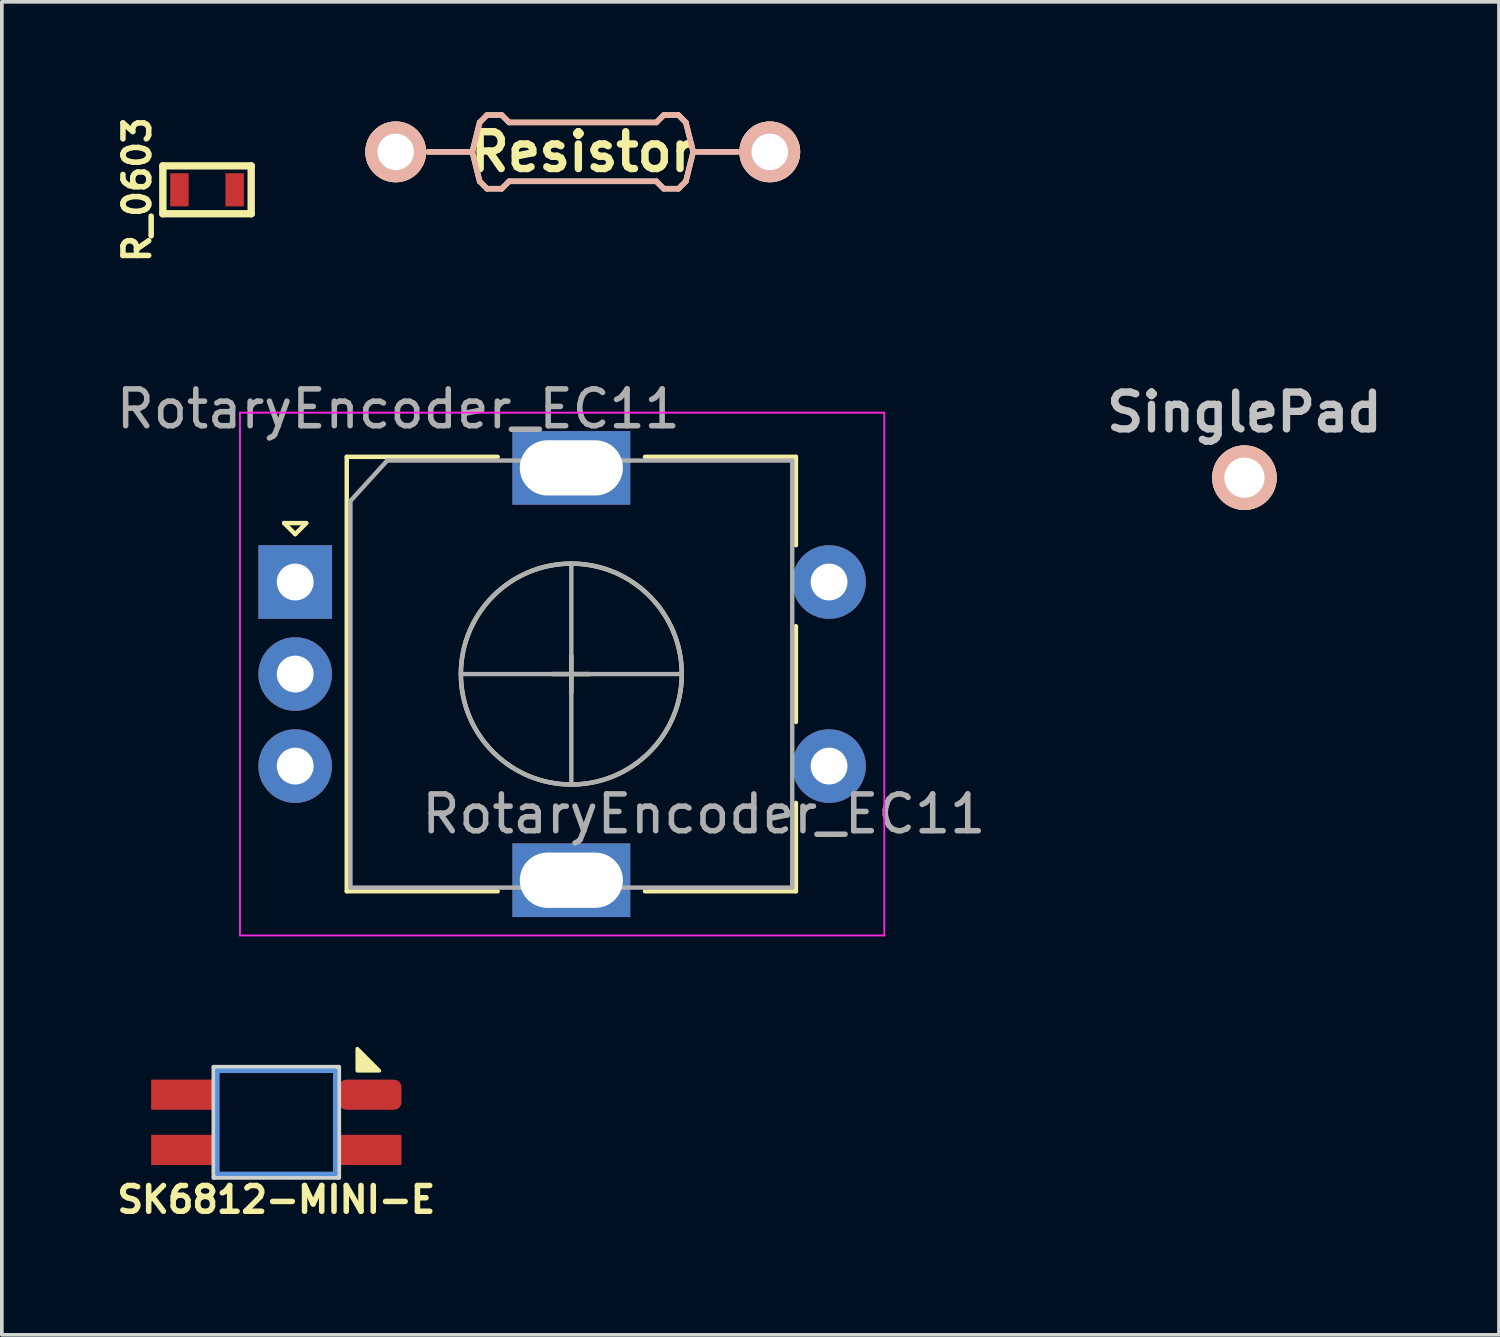
<source format=kicad_pcb>
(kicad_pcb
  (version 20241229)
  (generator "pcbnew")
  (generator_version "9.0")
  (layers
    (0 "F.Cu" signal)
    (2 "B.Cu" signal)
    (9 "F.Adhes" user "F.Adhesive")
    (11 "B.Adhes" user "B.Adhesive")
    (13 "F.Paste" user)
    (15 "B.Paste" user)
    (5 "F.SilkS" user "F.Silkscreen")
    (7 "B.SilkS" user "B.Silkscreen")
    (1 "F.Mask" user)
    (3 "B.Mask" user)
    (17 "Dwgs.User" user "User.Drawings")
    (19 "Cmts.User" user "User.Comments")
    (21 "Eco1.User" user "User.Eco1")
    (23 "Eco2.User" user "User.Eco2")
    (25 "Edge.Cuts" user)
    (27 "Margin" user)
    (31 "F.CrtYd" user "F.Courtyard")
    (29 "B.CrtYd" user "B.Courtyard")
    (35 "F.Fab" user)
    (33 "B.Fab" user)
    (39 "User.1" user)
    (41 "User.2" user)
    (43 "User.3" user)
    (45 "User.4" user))
  (footprint "R_0603"
    (layer "F.Cu")
    (at 2.573 2.105)
    (property "Reference" "R_0603" (at -1.9 0 90) (layer "F.SilkS") (effects (font (size 0.7 0.7) (thickness 0.15))))
    (attr smd)
    (fp_line (start -1.2 -0.65) (end 1.2 -0.65) (stroke (width 0.2) (type solid)) (layer "F.SilkS"))
    (fp_line (start -1.2 0.65) (end -1.2 -0.65) (stroke (width 0.2) (type solid)) (layer "F.SilkS"))
    (fp_line (start 1.2 -0.65) (end 1.2 0.65) (stroke (width 0.2) (type solid)) (layer "F.SilkS"))
    (fp_line (start 1.2 0.65) (end -1.2 0.65) (stroke (width 0.2) (type solid)) (layer "F.SilkS"))
    (pad "1" smd rect (at -0.75 0) (size 0.5 0.9) (layers "F.Cu" "F.Mask" "F.Paste"))
    (pad "2" smd rect (at 0.75 0) (size 0.5 0.9) (layers "F.Cu" "F.Mask" "F.Paste")))
  (footprint "Resistor"
    (layer "F.Cu")
    (at 12.778 1.075)
    (property "Reference" "Resistor" (at 0 0 0) (layer "F.SilkS") (effects (font (size 1 1) (thickness 0.2))))
    (attr through_hole)
    (fp_line (start -4.2 0) (end -3 0) (stroke (width 0.15) (type solid)) (layer "F.SilkS"))
    (fp_line (start -3 0) (end -2.8 -0.8) (stroke (width 0.15) (type solid)) (layer "F.SilkS"))
    (fp_line (start -2.8 -0.8) (end -2.6 -1) (stroke (width 0.15) (type solid)) (layer "F.SilkS"))
    (fp_line (start -2.8 0.8) (end -3 0) (stroke (width 0.15) (type solid)) (layer "F.SilkS"))
    (fp_line (start -2.6 -1) (end -2.2 -1) (stroke (width 0.15) (type solid)) (layer "F.SilkS"))
    (fp_line (start -2.6 1) (end -2.8 0.8) (stroke (width 0.15) (type solid)) (layer "F.SilkS"))
    (fp_line (start -2.2 -1) (end -2 -0.8) (stroke (width 0.15) (type solid)) (layer "F.SilkS"))
    (fp_line (start -2.2 1) (end -2.6 1) (stroke (width 0.15) (type solid)) (layer "F.SilkS"))
    (fp_line (start -2 -0.8) (end 2 -0.8) (stroke (width 0.15) (type solid)) (layer "F.SilkS"))
    (fp_line (start -2 0.8) (end -2.2 1) (stroke (width 0.15) (type solid)) (layer "F.SilkS"))
    (fp_line (start 2 -0.8) (end 2.2 -1) (stroke (width 0.15) (type solid)) (layer "F.SilkS"))
    (fp_line (start 2 0.8) (end -2 0.8) (stroke (width 0.15) (type solid)) (layer "F.SilkS"))
    (fp_line (start 2.2 -1) (end 2.6 -1) (stroke (width 0.15) (type solid)) (layer "F.SilkS"))
    (fp_line (start 2.2 1) (end 2 0.8) (stroke (width 0.15) (type solid)) (layer "F.SilkS"))
    (fp_line (start 2.6 -1) (end 2.8 -0.8) (stroke (width 0.15) (type solid)) (layer "F.SilkS"))
    (fp_line (start 2.6 1) (end 2.2 1) (stroke (width 0.15) (type solid)) (layer "F.SilkS"))
    (fp_line (start 2.8 -0.8) (end 3 0) (stroke (width 0.15) (type solid)) (layer "F.SilkS"))
    (fp_line (start 2.8 0.8) (end 2.6 1) (stroke (width 0.15) (type solid)) (layer "F.SilkS"))
    (fp_line (start 3 0) (end 2.8 0.8) (stroke (width 0.15) (type solid)) (layer "F.SilkS"))
    (fp_line (start 3 0) (end 4.2 0) (stroke (width 0.15) (type solid)) (layer "F.SilkS"))
    (fp_line (start -4.2 0) (end -3 0) (stroke (width 0.15) (type solid)) (layer "B.SilkS"))
    (fp_line (start -3 0) (end -2.8 -0.8) (stroke (width 0.15) (type solid)) (layer "B.SilkS"))
    (fp_line (start -2.8 -0.8) (end -2.6 -1) (stroke (width 0.15) (type solid)) (layer "B.SilkS"))
    (fp_line (start -2.8 0.8) (end -3 0) (stroke (width 0.15) (type solid)) (layer "B.SilkS"))
    (fp_line (start -2.6 -1) (end -2.2 -1) (stroke (width 0.15) (type solid)) (layer "B.SilkS"))
    (fp_line (start -2.6 1) (end -2.8 0.8) (stroke (width 0.15) (type solid)) (layer "B.SilkS"))
    (fp_line (start -2.2 -1) (end -2 -0.8) (stroke (width 0.15) (type solid)) (layer "B.SilkS"))
    (fp_line (start -2.2 1) (end -2.6 1) (stroke (width 0.15) (type solid)) (layer "B.SilkS"))
    (fp_line (start -2 -0.8) (end 2 -0.8) (stroke (width 0.15) (type solid)) (layer "B.SilkS"))
    (fp_line (start -2 0.8) (end -2.2 1) (stroke (width 0.15) (type solid)) (layer "B.SilkS"))
    (fp_line (start 2 -0.8) (end 2.2 -1) (stroke (width 0.15) (type solid)) (layer "B.SilkS"))
    (fp_line (start 2 0.8) (end -2 0.8) (stroke (width 0.15) (type solid)) (layer "B.SilkS"))
    (fp_line (start 2.2 -1) (end 2.6 -1) (stroke (width 0.15) (type solid)) (layer "B.SilkS"))
    (fp_line (start 2.2 1) (end 2 0.8) (stroke (width 0.15) (type solid)) (layer "B.SilkS"))
    (fp_line (start 2.6 -1) (end 2.8 -0.8) (stroke (width 0.15) (type solid)) (layer "B.SilkS"))
    (fp_line (start 2.6 1) (end 2.2 1) (stroke (width 0.15) (type solid)) (layer "B.SilkS"))
    (fp_line (start 2.8 -0.8) (end 3 0) (stroke (width 0.15) (type solid)) (layer "B.SilkS"))
    (fp_line (start 2.8 0.8) (end 2.6 1) (stroke (width 0.15) (type solid)) (layer "B.SilkS"))
    (fp_line (start 3 0) (end 2.8 0.8) (stroke (width 0.15) (type solid)) (layer "B.SilkS"))
    (fp_line (start 3 0) (end 4.2 0) (stroke (width 0.15) (type solid)) (layer "B.SilkS"))
    (pad "1" thru_hole circle (at -5.08 0) (size 1.651 1.651) (drill 0.991) (layers "*.Cu" "*.SilkS" "*.Mask"))
    (pad "2" thru_hole circle (at 5.08 0) (size 1.651 1.651) (drill 0.991) (layers "*.Cu" "*.SilkS" "*.Mask")))
  (footprint "SinglePad"
    (layer "F.Cu")
    (at 30.75 9.924)
    (property "Reference" "SinglePad" (at 0 -1.778 0) (layer "Dwgs.User") (effects (font (size 1 1) (thickness 0.2))))
    (attr through_hole)
    (pad "1" thru_hole circle (at 0 0 270) (size 1.753 1.753) (drill 1.092) (layers "*.Cu" "*.SilkS" "*.Mask")))
  (footprint "SK6812-MINI-E"
    (layer "F.Cu")
    (at 4.455 27.433)
    (property "Reference" "SK6812-MINI-E" (at 0 2.1 0) (unlocked yes) (layer "F.SilkS") (effects (font (size 0.7 0.7) (thickness 0.15))))
    (attr through_hole)
    (fp_poly (pts (xy 2.8 -1.4) (xy 2.2 -1.4) (xy 2.2 -2)) (stroke (width 0.1) (type solid)) (fill yes) (layer "F.SilkS"))
    (fp_line (start -1.6 -1.4) (end 1.6 -1.4) (stroke (width 0.12) (type solid)) (layer "Cmts.User"))
    (fp_line (start -1.6 1.4) (end -1.6 -1.4) (stroke (width 0.12) (type solid)) (layer "Cmts.User"))
    (fp_line (start 1.6 -1.4) (end 1.6 1.4) (stroke (width 0.12) (type solid)) (layer "Cmts.User"))
    (fp_line (start 1.6 1.4) (end -1.6 1.4) (stroke (width 0.12) (type solid)) (layer "Cmts.User"))
    (fp_line (start -1.7 -1.5) (end 1.7 -1.5) (stroke (width 0.12) (type solid)) (layer "Edge.Cuts"))
    (fp_line (start -1.7 1.5) (end -1.7 -1.5) (stroke (width 0.12) (type solid)) (layer "Edge.Cuts"))
    (fp_line (start 1.7 -1.5) (end 1.7 1.5) (stroke (width 0.12) (type solid)) (layer "Edge.Cuts"))
    (fp_line (start 1.7 1.5) (end -1.7 1.5) (stroke (width 0.12) (type solid)) (layer "Edge.Cuts"))
    (pad "1" smd rect (at -2.55 0.75) (size 1.7 0.82) (layers "F.Cu" "F.Mask" "F.Paste"))
    (pad "2" smd rect (at -2.55 -0.75) (size 1.7 0.82) (layers "F.Cu" "F.Mask" "F.Paste"))
    (pad "3" smd roundrect (at 2.55 -0.75) (size 1.7 0.82) (layers "F.Cu" "F.Mask" "F.Paste") (roundrect_rratio 0.25))
    (pad "4" smd rect (at 2.55 0.75) (size 1.7 0.82) (layers "F.Cu" "F.Mask" "F.Paste")))
  (footprint "RotaryEncoder_EC11"
    (layer "F.Cu")
    (at 12.468 15.258)
    (property "Reference" "RotaryEncoder_EC11" (at -4.7 -7.2 0) (layer "F.Fab") (effects (font (size 1 1) (thickness 0.15))))
    (attr through_hole)
    (fp_line (start -7.8 -4.1) (end -7.2 -4.1) (stroke (width 0.12) (type solid)) (layer "F.SilkS"))
    (fp_line (start -7.5 -3.8) (end -7.8 -4.1) (stroke (width 0.12) (type solid)) (layer "F.SilkS"))
    (fp_line (start -7.2 -4.1) (end -7.5 -3.8) (stroke (width 0.12) (type solid)) (layer "F.SilkS"))
    (fp_line (start -6.1 -5.9) (end -6.1 5.9) (stroke (width 0.12) (type solid)) (layer "F.SilkS"))
    (fp_line (start -2 -5.9) (end -6.1 -5.9) (stroke (width 0.12) (type solid)) (layer "F.SilkS"))
    (fp_line (start -2 5.9) (end -6.1 5.9) (stroke (width 0.12) (type solid)) (layer "F.SilkS"))
    (fp_line (start -0.5 0) (end 0.5 0) (stroke (width 0.12) (type solid)) (layer "F.SilkS"))
    (fp_line (start 0 -0.5) (end 0 0.5) (stroke (width 0.12) (type solid)) (layer "F.SilkS"))
    (fp_line (start 2 -5.9) (end 6.1 -5.9) (stroke (width 0.12) (type solid)) (layer "F.SilkS"))
    (fp_line (start 6.1 -5.9) (end 6.1 -3.5) (stroke (width 0.12) (type solid)) (layer "F.SilkS"))
    (fp_line (start 6.1 -1.3) (end 6.1 1.3) (stroke (width 0.12) (type solid)) (layer "F.SilkS"))
    (fp_line (start 6.1 3.5) (end 6.1 5.9) (stroke (width 0.12) (type solid)) (layer "F.SilkS"))
    (fp_line (start 6.1 5.9) (end 2 5.9) (stroke (width 0.12) (type solid)) (layer "F.SilkS"))
    (fp_circle (center 0 0) (end 3 0) (stroke (width 0.12) (type solid)) (fill no) (layer "F.SilkS"))
    (fp_line (start -9 -7.1) (end -9 7.1) (stroke (width 0.05) (type solid)) (layer "F.CrtYd"))
    (fp_line (start -9 -7.1) (end 8.5 -7.1) (stroke (width 0.05) (type solid)) (layer "F.CrtYd"))
    (fp_line (start 8.5 7.1) (end -9 7.1) (stroke (width 0.05) (type solid)) (layer "F.CrtYd"))
    (fp_line (start 8.5 7.1) (end 8.5 -7.1) (stroke (width 0.05) (type solid)) (layer "F.CrtYd"))
    (fp_line (start -6 -4.7) (end -5 -5.8) (stroke (width 0.12) (type solid)) (layer "F.Fab"))
    (fp_line (start -6 5.8) (end -6 -4.7) (stroke (width 0.12) (type solid)) (layer "F.Fab"))
    (fp_line (start -5 -5.8) (end 6 -5.8) (stroke (width 0.12) (type solid)) (layer "F.Fab"))
    (fp_line (start -3 0) (end 3 0) (stroke (width 0.12) (type solid)) (layer "F.Fab"))
    (fp_line (start 0 -3) (end 0 3) (stroke (width 0.12) (type solid)) (layer "F.Fab"))
    (fp_line (start 6 -5.8) (end 6 5.8) (stroke (width 0.12) (type solid)) (layer "F.Fab"))
    (fp_line (start 6 5.8) (end -6 5.8) (stroke (width 0.12) (type solid)) (layer "F.Fab"))
    (fp_circle (center 0 0) (end 3 0) (stroke (width 0.12) (type solid)) (fill no) (layer "F.Fab"))
    (fp_text user "${REFERENCE}" (at 3.6 3.8 0) (layer "F.Fab") (effects (font (size 1 1) (thickness 0.15))))
    (pad "" np_thru_hole rect (at 0 -5.6) (size 3.2 2) (drill oval 2.8 1.5) (layers "*.Cu" "*.Mask"))
    (pad "" np_thru_hole rect (at 0 5.6) (size 3.2 2) (drill oval 2.8 1.5) (layers "*.Cu" "*.Mask"))
    (pad "A" thru_hole rect (at -7.5 -2.5) (size 2 2) (drill 1) (layers "*.Cu" "*.Mask"))
    (pad "B" thru_hole circle (at -7.5 2.5) (size 2 2) (drill 1) (layers "*.Cu" "*.Mask"))
    (pad "C" thru_hole circle (at -7.5 0) (size 2 2) (drill 1) (layers "*.Cu" "*.Mask"))
    (pad "S1" thru_hole circle (at 7 2.5) (size 2 2) (drill 1) (layers "*.Cu" "*.Mask"))
    (pad "S2" thru_hole circle (at 7 -2.5) (size 2 2) (drill 1) (layers "*.Cu" "*.Mask")))
  (gr_rect
    (start -3 -3)
    (end 37.664 33.206)
    (stroke (width 0.1) (type default))
    (fill no)
    (layer "Edge.Cuts")))
</source>
